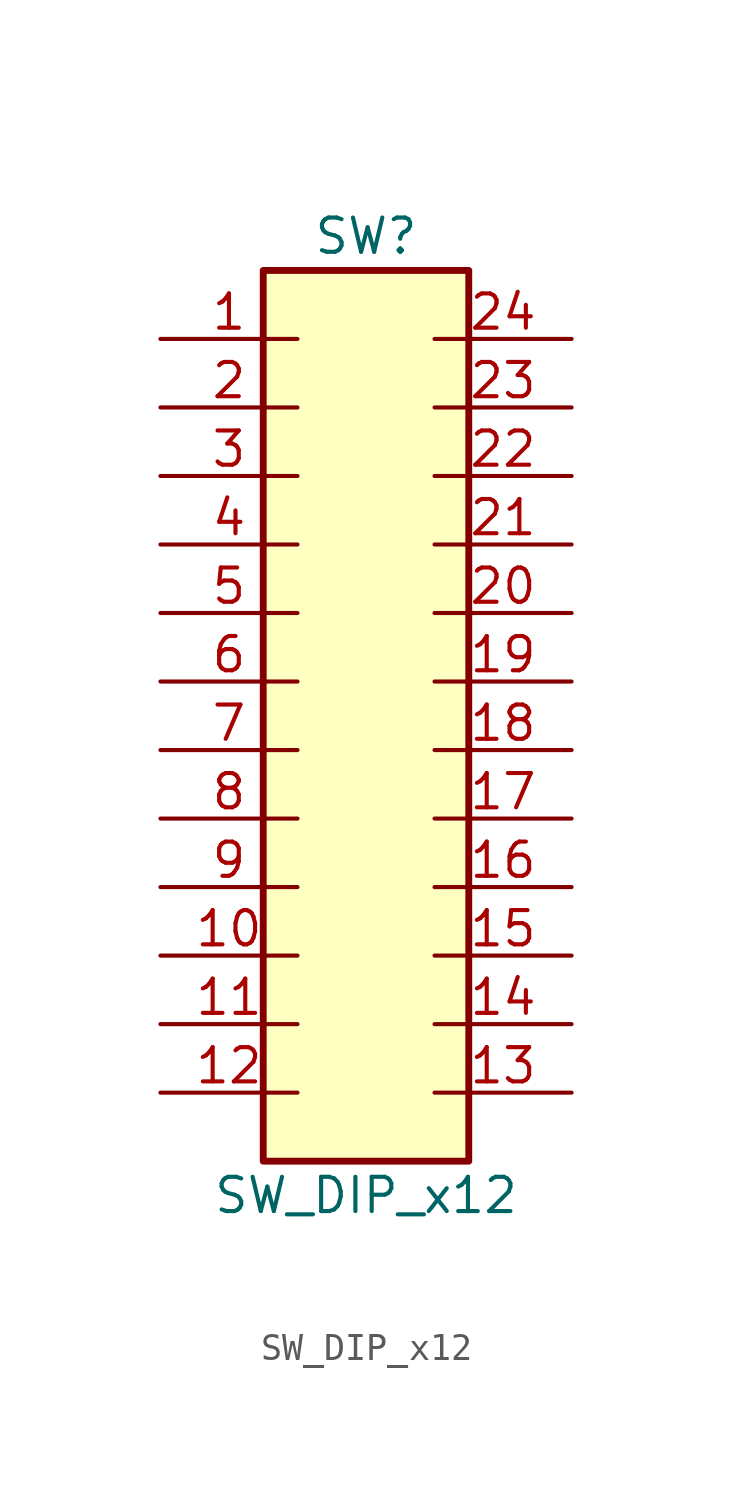
<source format=kicad_sym>
(kicad_symbol_lib
  (version 20231120)
  (generator "kicad_symbol_editor")
  (generator_version "8.0")
  (symbol "SW_DIP_x12"
    (pin_names
      (offset 0) hide)
    (property "Reference" "SW"
      (at 0 19.05 0)
      (effects (font (size 1.27 1.27))))
    (property "Value" "SW_DIP_x12"
      (at 0 -16.51 0)
      (effects (font (size 1.27 1.27))))
    (symbol "SW_DIP_x12_1_1"
      (rectangle (start -3.81 17.78) (end 3.81 -15.24) (stroke (width 0.254) (type default)) (fill (type background)))
      (pin passive line (at -7.62 15.24 0) (length 5.08) (name "~" (effects (font (size 1.27 1.27)))) (number "1" (effects (font (size 1.27 1.27)))))
      (pin passive line (at -7.62 -7.62 0) (length 5.08) (name "~" (effects (font (size 1.27 1.27)))) (number "10" (effects (font (size 1.27 1.27)))))
      (pin passive line (at -7.62 -10.16 0) (length 5.08) (name "~" (effects (font (size 1.27 1.27)))) (number "11" (effects (font (size 1.27 1.27)))))
      (pin passive line (at -7.62 -12.7 0) (length 5.08) (name "~" (effects (font (size 1.27 1.27)))) (number "12" (effects (font (size 1.27 1.27)))))
      (pin passive line (at 7.62 -12.7 180) (length 5.08) (name "~" (effects (font (size 1.27 1.27)))) (number "13" (effects (font (size 1.27 1.27)))))
      (pin passive line (at 7.62 -10.16 180) (length 5.08) (name "~" (effects (font (size 1.27 1.27)))) (number "14" (effects (font (size 1.27 1.27)))))
      (pin passive line (at 7.62 -7.62 180) (length 5.08) (name "~" (effects (font (size 1.27 1.27)))) (number "15" (effects (font (size 1.27 1.27)))))
      (pin passive line (at 7.62 -5.08 180) (length 5.08) (name "~" (effects (font (size 1.27 1.27)))) (number "16" (effects (font (size 1.27 1.27)))))
      (pin passive line (at 7.62 -2.54 180) (length 5.08) (name "~" (effects (font (size 1.27 1.27)))) (number "17" (effects (font (size 1.27 1.27)))))
      (pin passive line (at 7.62 0 180) (length 5.08) (name "~" (effects (font (size 1.27 1.27)))) (number "18" (effects (font (size 1.27 1.27)))))
      (pin passive line (at 7.62 2.54 180) (length 5.08) (name "~" (effects (font (size 1.27 1.27)))) (number "19" (effects (font (size 1.27 1.27)))))
      (pin passive line (at -7.62 12.7 0) (length 5.08) (name "~" (effects (font (size 1.27 1.27)))) (number "2" (effects (font (size 1.27 1.27)))))
      (pin passive line (at 7.62 5.08 180) (length 5.08) (name "~" (effects (font (size 1.27 1.27)))) (number "20" (effects (font (size 1.27 1.27)))))
      (pin passive line (at 7.62 7.62 180) (length 5.08) (name "~" (effects (font (size 1.27 1.27)))) (number "21" (effects (font (size 1.27 1.27)))))
      (pin passive line (at 7.62 10.16 180) (length 5.08) (name "~" (effects (font (size 1.27 1.27)))) (number "22" (effects (font (size 1.27 1.27)))))
      (pin passive line (at 7.62 12.7 180) (length 5.08) (name "~" (effects (font (size 1.27 1.27)))) (number "23" (effects (font (size 1.27 1.27)))))
      (pin passive line (at 7.62 15.24 180) (length 5.08) (name "~" (effects (font (size 1.27 1.27)))) (number "24" (effects (font (size 1.27 1.27)))))
      (pin passive line (at -7.62 10.16 0) (length 5.08) (name "~" (effects (font (size 1.27 1.27)))) (number "3" (effects (font (size 1.27 1.27)))))
      (pin passive line (at -7.62 7.62 0) (length 5.08) (name "~" (effects (font (size 1.27 1.27)))) (number "4" (effects (font (size 1.27 1.27)))))
      (pin passive line (at -7.62 5.08 0) (length 5.08) (name "~" (effects (font (size 1.27 1.27)))) (number "5" (effects (font (size 1.27 1.27)))))
      (pin passive line (at -7.62 2.54 0) (length 5.08) (name "~" (effects (font (size 1.27 1.27)))) (number "6" (effects (font (size 1.27 1.27)))))
      (pin passive line (at -7.62 0 0) (length 5.08) (name "~" (effects (font (size 1.27 1.27)))) (number "7" (effects (font (size 1.27 1.27)))))
      (pin passive line (at -7.62 -2.54 0) (length 5.08) (name "~" (effects (font (size 1.27 1.27)))) (number "8" (effects (font (size 1.27 1.27)))))
      (pin passive line (at -7.62 -5.08 0) (length 5.08) (name "~" (effects (font (size 1.27 1.27)))) (number "9" (effects (font (size 1.27 1.27))))))))
</source>
